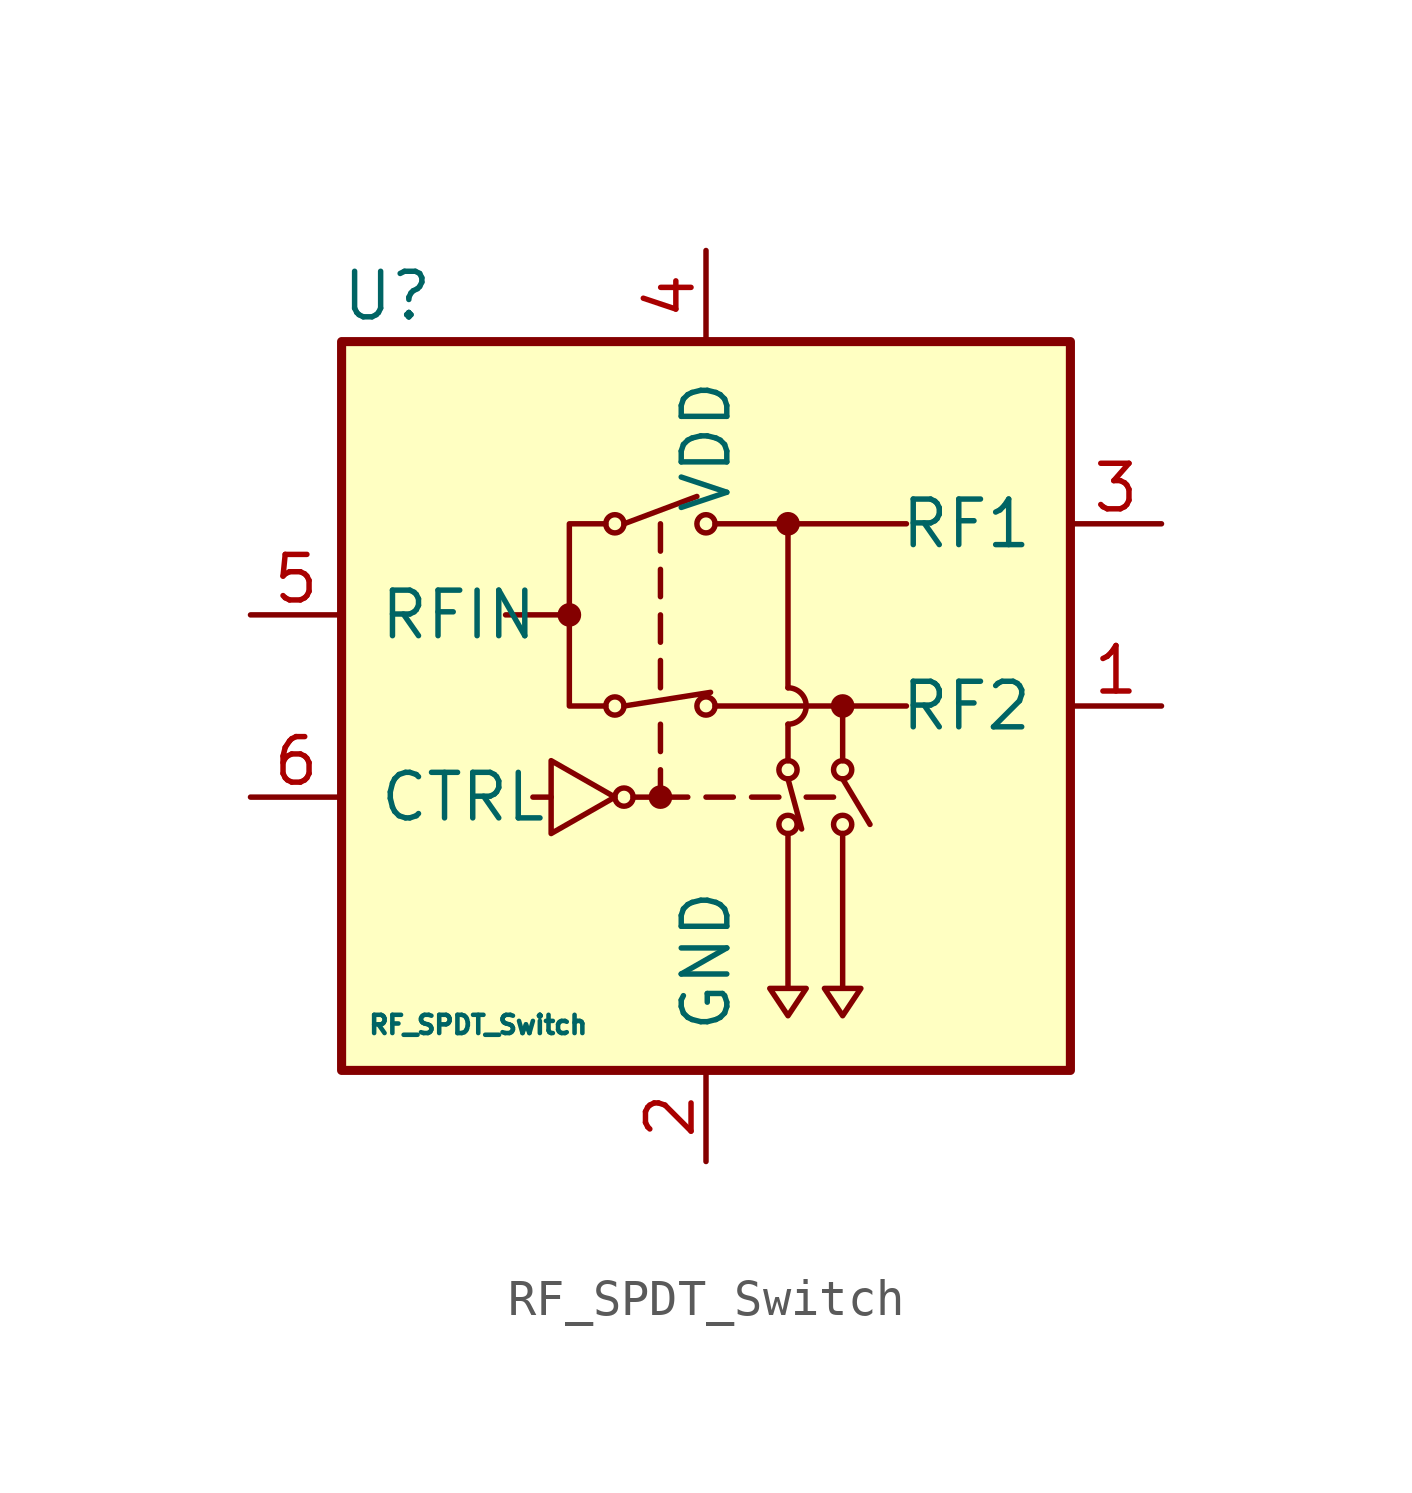
<source format=kicad_sym>
(kicad_symbol_lib
  (version 20220914)
  (generator kicad_symbol_editor)
  (symbol "RF_SPDT_Switch"
    (pin_names
      (offset 1.016))
    (property "Reference" "U"
      (at -8.89 11.43 0)
      (effects (font (size 1.27 1.27))))
    (property "Value" "RF_SPDT_Switch"
      (at -6.35 -8.89 0)
      (effects (font (size 0.508 0.508))))
    (symbol "RF_SPDT_Switch_1_1"
      (rectangle (start -10.16 10.16) (end 10.16 -10.16) (stroke (width 0.254) (type solid)) (fill (type background)))
      (circle (center -3.81 2.54) (radius 0.254) (stroke (width 0) (type solid)) (fill (type outline)))
      (circle (center -2.54 0) (radius 0.254) (stroke (width 0) (type solid)) (fill (type none)))
      (circle (center -2.54 5.08) (radius 0.254) (stroke (width 0) (type solid)) (fill (type none)))
      (circle (center -2.286 -2.54) (radius 0.254) (stroke (width 0) (type solid)) (fill (type none)))
      (circle (center -1.27 -2.54) (radius 0.254) (stroke (width 0) (type solid)) (fill (type outline)))
      (polyline (pts (xy -4.318 -2.54) (xy -4.826 -2.54)) (stroke (width 0) (type solid)) (fill (type none)))
      (polyline (pts (xy -3.81 2.54) (xy -5.588 2.54)) (stroke (width 0) (type solid)) (fill (type none)))
      (polyline (pts (xy -2.286 0) (xy 0.127 0.381)) (stroke (width 0) (type solid)) (fill (type none)))
      (polyline (pts (xy -2.286 5.08) (xy -0.254 5.842)) (stroke (width 0) (type solid)) (fill (type none)))
      (polyline (pts (xy -1.27 -2.54) (xy -1.27 -1.778)) (stroke (width 0) (type solid)) (fill (type none)))
      (polyline (pts (xy -1.27 -1.27) (xy -1.27 -0.508)) (stroke (width 0) (type solid)) (fill (type none)))
      (polyline (pts (xy -1.27 1.27) (xy -1.27 0.508)) (stroke (width 0) (type solid)) (fill (type none)))
      (polyline (pts (xy -1.27 2.54) (xy -1.27 1.778)) (stroke (width 0) (type solid)) (fill (type none)))
      (polyline (pts (xy -1.27 3.81) (xy -1.27 3.048)) (stroke (width 0) (type solid)) (fill (type none)))
      (polyline (pts (xy -1.27 5.08) (xy -1.27 4.318)) (stroke (width 0) (type solid)) (fill (type none)))
      (polyline (pts (xy -0.508 -2.54) (xy -2.032 -2.54)) (stroke (width 0) (type solid)) (fill (type none)))
      (polyline (pts (xy 0 -2.54) (xy 0.762 -2.54)) (stroke (width 0) (type solid)) (fill (type none)))
      (polyline (pts (xy 0.254 0) (xy 5.588 0)) (stroke (width 0) (type solid)) (fill (type none)))
      (polyline (pts (xy 0.254 5.08) (xy 5.588 5.08)) (stroke (width 0) (type solid)) (fill (type none)))
      (polyline (pts (xy 2.032 -2.54) (xy 1.27 -2.54)) (stroke (width 0) (type solid)) (fill (type none)))
      (polyline (pts (xy 2.286 -2.032) (xy 2.667 -3.429)) (stroke (width 0) (type solid)) (fill (type none)))
      (polyline (pts (xy 2.286 -0.508) (xy 2.286 -1.524)) (stroke (width 0) (type solid)) (fill (type none)))
      (polyline (pts (xy 2.286 0.508) (xy 2.286 5.08)) (stroke (width 0) (type solid)) (fill (type none)))
      (polyline (pts (xy 3.556 -2.54) (xy 2.794 -2.54)) (stroke (width 0) (type solid)) (fill (type none)))
      (polyline (pts (xy 3.81 -2.032) (xy 4.572 -3.302)) (stroke (width 0) (type solid)) (fill (type none)))
      (polyline (pts (xy 3.81 0) (xy 3.81 -1.524)) (stroke (width 0) (type solid)) (fill (type none)))
      (polyline (pts (xy -4.318 -1.524) (xy -4.318 -3.556) (xy -2.54 -2.54) (xy -4.318 -1.524)) (stroke (width 0) (type solid)) (fill (type none)))
      (polyline (pts (xy -2.794 0) (xy -3.81 0) (xy -3.81 5.08) (xy -2.794 5.08)) (stroke (width 0) (type solid)) (fill (type none)))
      (polyline (pts (xy 2.286 -3.556) (xy 2.286 -7.874) (xy 1.778 -7.874) (xy 2.286 -8.636) (xy 2.794 -7.874) (xy 2.286 -7.874)) (stroke (width 0) (type solid)) (fill (type none)))
      (polyline (pts (xy 3.81 -3.556) (xy 3.81 -7.874) (xy 3.302 -7.874) (xy 3.81 -8.636) (xy 4.318 -7.874) (xy 3.81 -7.874)) (stroke (width 0) (type solid)) (fill (type none)))
      (circle (center 0 0) (radius 0.254) (stroke (width 0) (type solid)) (fill (type none)))
      (circle (center 0 5.08) (radius 0.254) (stroke (width 0) (type solid)) (fill (type none)))
      (circle (center 2.286 -3.302) (radius 0.254) (stroke (width 0) (type solid)) (fill (type none)))
      (circle (center 2.286 -1.778) (radius 0.254) (stroke (width 0) (type solid)) (fill (type none)))
      (arc (start 2.286 -0.508) (mid 2.7918 0) (end 2.286 0.508) (stroke (width 0) (type solid)) (fill (type none)))
      (circle (center 2.286 5.08) (radius 0.254) (stroke (width 0) (type solid)) (fill (type outline)))
      (circle (center 3.81 -3.302) (radius 0.254) (stroke (width 0) (type solid)) (fill (type none)))
      (circle (center 3.81 -1.778) (radius 0.254) (stroke (width 0) (type solid)) (fill (type none)))
      (circle (center 3.81 0) (radius 0.254) (stroke (width 0) (type solid)) (fill (type outline)))
      (pin passive line (at 12.7 0 180) (length 2.54) (name "RF2" (effects (font (size 1.27 1.27)))) (number "1" (effects (font (size 1.27 1.27)))))
      (pin power_in line (at 0 -12.7 90) (length 2.54) (name "GND" (effects (font (size 1.27 1.27)))) (number "2" (effects (font (size 1.27 1.27)))))
      (pin passive line (at 12.7 5.08 180) (length 2.54) (name "RF1" (effects (font (size 1.27 1.27)))) (number "3" (effects (font (size 1.27 1.27)))))
      (pin power_in line (at 0 12.7 270) (length 2.54) (name "VDD" (effects (font (size 1.27 1.27)))) (number "4" (effects (font (size 1.27 1.27)))))
      (pin passive line (at -12.7 2.54 0) (length 2.54) (name "RFIN" (effects (font (size 1.27 1.27)))) (number "5" (effects (font (size 1.27 1.27)))))
      (pin input line (at -12.7 -2.54 0) (length 2.54) (name "CTRL" (effects (font (size 1.27 1.27)))) (number "6" (effects (font (size 1.27 1.27))))))))
</source>
